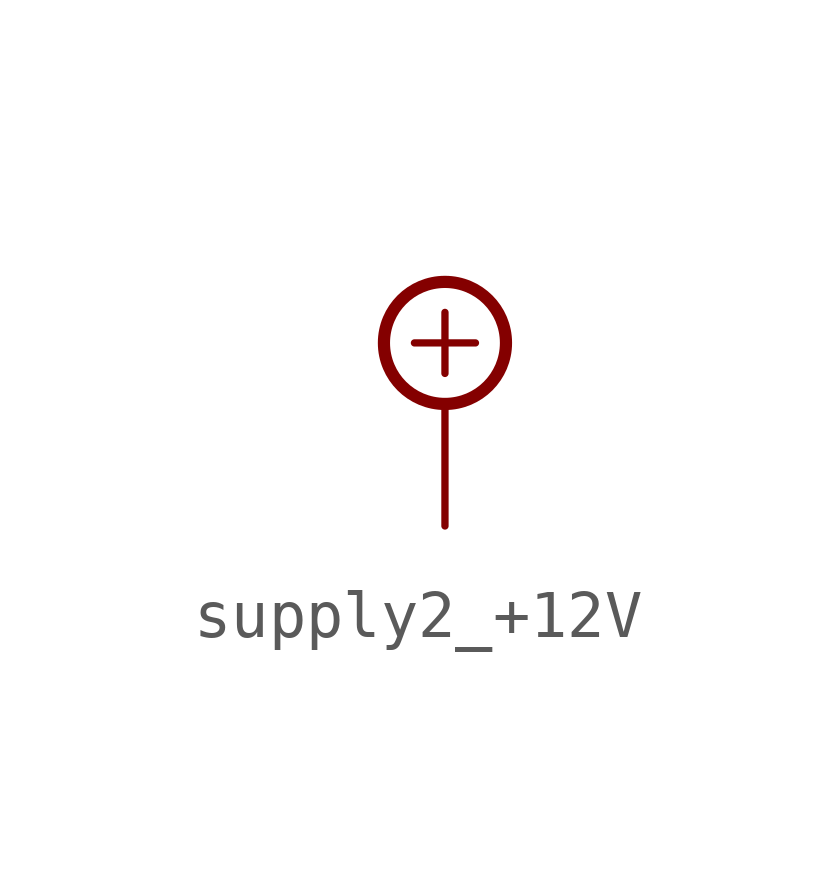
<source format=kicad_sym>
(kicad_symbol_lib
  (version 20231120)
  (generator "kicad_symbol_editor")
  (generator_version "8.0")
  (symbol "supply2_+12V"
    (power)
    (property "Reference" "#SUPPLY"
      (at 0 0 0)
      (effects (font (size 1.27 1.27)) (hide yes)))
    (property "Value" ""
      (at -2.54 3.175 0)
      (effects (font (size 1.778 1.511)) (justify left bottom)))
    (property "ki_locked" ""
      (at 0 0 0)
      (effects (font (size 1.27 1.27))))
    (symbol "supply2_+12V_1_0"
      (polyline (pts (xy -0.635 1.27) (xy 0.635 1.27)) (stroke (width 0.152) (type solid)) (fill (type none)))
      (polyline (pts (xy 0 1.905) (xy 0 0.635)) (stroke (width 0.152) (type solid)) (fill (type none)))
      (circle (center 0 1.27) (radius 1.27) (stroke (width 0.254) (type solid)) (fill (type none)))
      (pin power_in line (at 0 -2.54 90) (length 2.54) (name "+12V" (effects (font (size 0 0)))) (number "1" (effects (font (size 0 0))))))))
</source>
